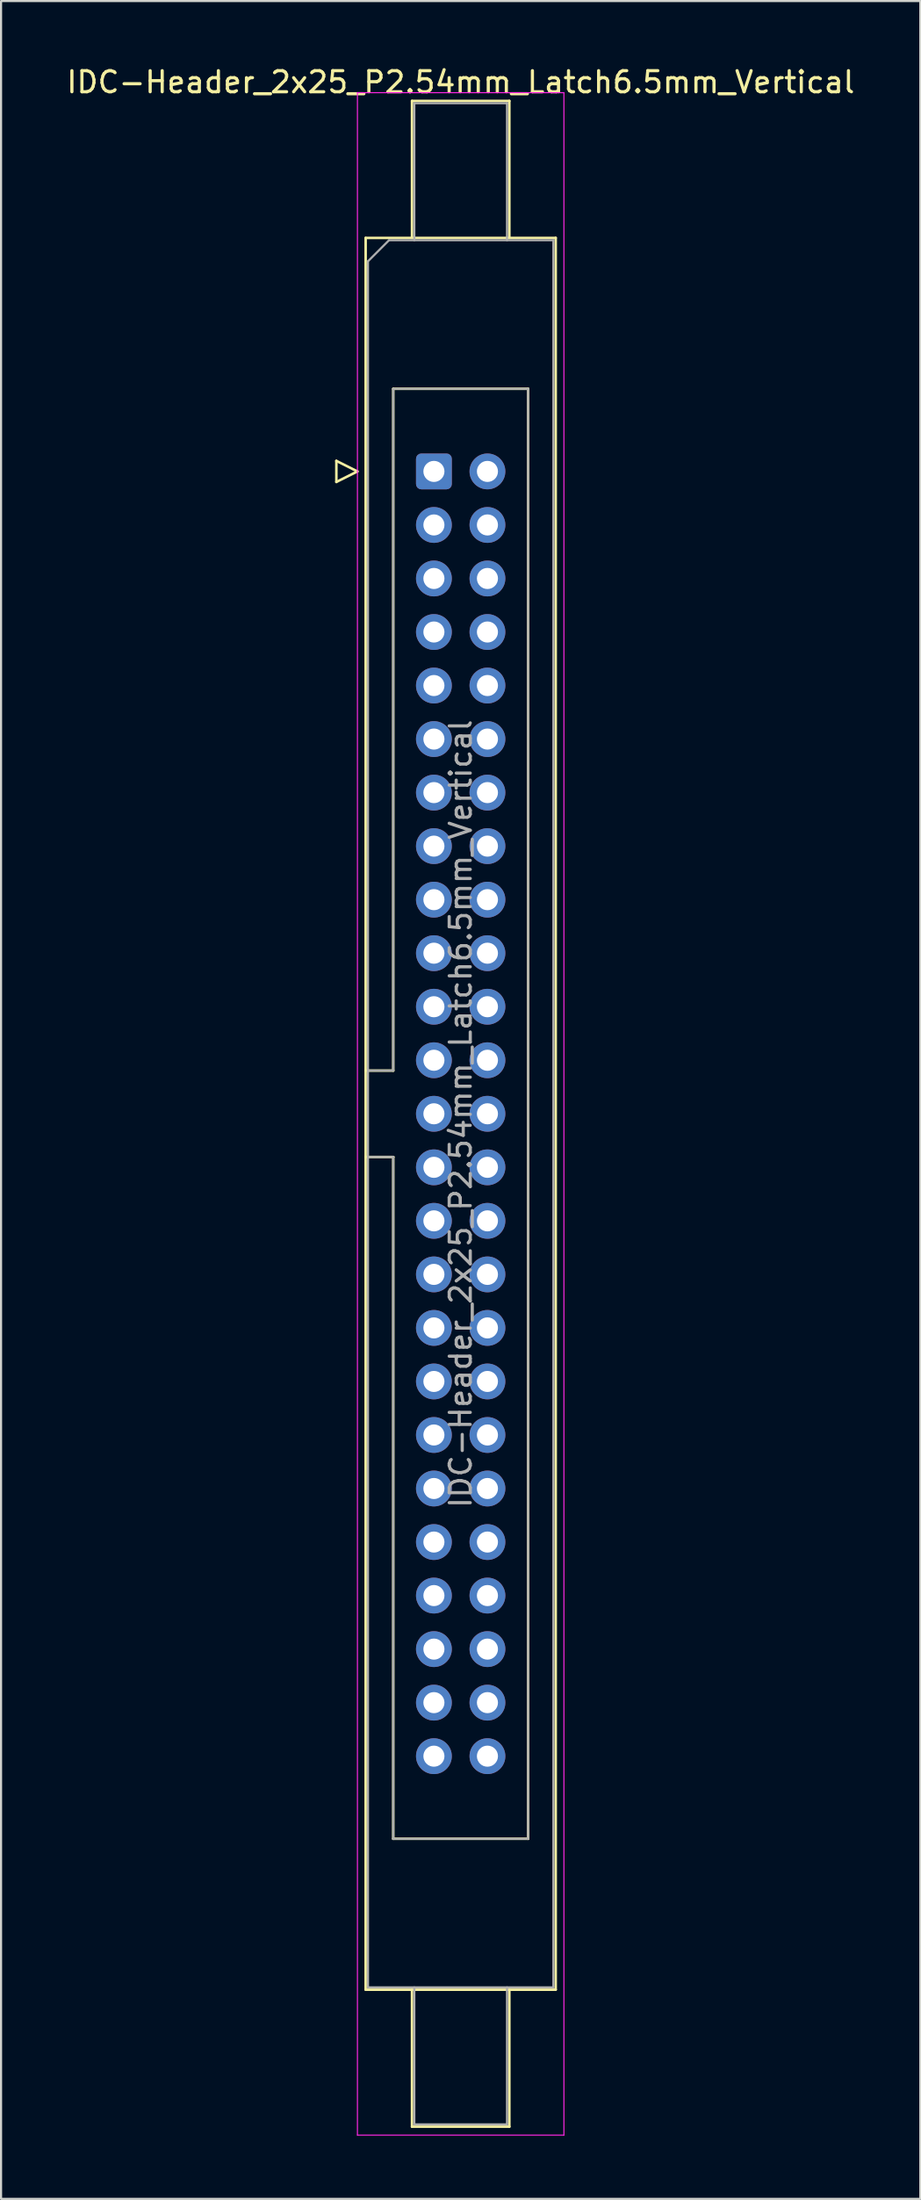
<source format=kicad_pcb>
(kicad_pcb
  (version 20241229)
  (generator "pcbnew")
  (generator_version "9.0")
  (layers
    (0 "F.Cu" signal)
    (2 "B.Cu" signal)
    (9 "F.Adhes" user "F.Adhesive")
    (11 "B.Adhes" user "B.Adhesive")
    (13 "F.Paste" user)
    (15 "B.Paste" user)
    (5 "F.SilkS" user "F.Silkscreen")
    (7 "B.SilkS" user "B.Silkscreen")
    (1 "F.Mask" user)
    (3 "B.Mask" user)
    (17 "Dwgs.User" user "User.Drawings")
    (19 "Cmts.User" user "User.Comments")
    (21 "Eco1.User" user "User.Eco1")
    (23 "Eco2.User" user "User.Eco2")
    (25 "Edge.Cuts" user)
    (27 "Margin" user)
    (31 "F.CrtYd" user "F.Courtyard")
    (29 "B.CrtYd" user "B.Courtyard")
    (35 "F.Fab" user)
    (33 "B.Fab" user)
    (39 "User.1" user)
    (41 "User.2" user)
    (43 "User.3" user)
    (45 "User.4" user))
  (footprint "IDC-Header_2x25_P2.54mm_Latch6.5mm_Vertical"
    (layer "F.Cu")
    (at 17.545 19.318)
    (property "Reference" "IDC-Header_2x25_P2.54mm_Latch6.5mm_Vertical" (at 1.27 -18.47 0) (layer "F.SilkS") (effects (font (size 1 1) (thickness 0.15))))
    (attr through_hole)
    (fp_line (start -4.63 -0.5) (end -4.63 0.5) (stroke (width 0.12) (type solid)) (layer "F.SilkS"))
    (fp_line (start -4.63 0.5) (end -3.63 0) (stroke (width 0.12) (type solid)) (layer "F.SilkS"))
    (fp_line (start -3.63 0) (end -4.63 -0.5) (stroke (width 0.12) (type solid)) (layer "F.SilkS"))
    (fp_line (start -3.24 -11.08) (end 5.78 -11.08) (stroke (width 0.12) (type solid)) (layer "F.SilkS"))
    (fp_line (start -3.24 28.43) (end -1.93 28.43) (stroke (width 0.12) (type solid)) (layer "F.SilkS"))
    (fp_line (start -3.24 72.04) (end -3.24 -11.08) (stroke (width 0.12) (type solid)) (layer "F.SilkS"))
    (fp_line (start -1.93 -3.92) (end 4.47 -3.92) (stroke (width 0.12) (type solid)) (layer "F.SilkS"))
    (fp_line (start -1.93 28.43) (end -1.93 -3.92) (stroke (width 0.12) (type solid)) (layer "F.SilkS"))
    (fp_line (start -1.93 32.53) (end -3.24 32.53) (stroke (width 0.12) (type solid)) (layer "F.SilkS"))
    (fp_line (start -1.93 32.53) (end -1.93 32.53) (stroke (width 0.12) (type solid)) (layer "F.SilkS"))
    (fp_line (start -1.93 64.88) (end -1.93 32.53) (stroke (width 0.12) (type solid)) (layer "F.SilkS"))
    (fp_line (start -1.04 -17.58) (end 3.58 -17.58) (stroke (width 0.12) (type solid)) (layer "F.SilkS"))
    (fp_line (start -1.04 -11.08) (end -1.04 -17.58) (stroke (width 0.12) (type solid)) (layer "F.SilkS"))
    (fp_line (start -1.04 72.04) (end -1.04 78.54) (stroke (width 0.12) (type solid)) (layer "F.SilkS"))
    (fp_line (start -1.04 78.54) (end 3.58 78.54) (stroke (width 0.12) (type solid)) (layer "F.SilkS"))
    (fp_line (start 3.58 -17.58) (end 3.58 -11.08) (stroke (width 0.12) (type solid)) (layer "F.SilkS"))
    (fp_line (start 3.58 78.54) (end 3.58 72.04) (stroke (width 0.12) (type solid)) (layer "F.SilkS"))
    (fp_line (start 4.47 -3.92) (end 4.47 64.88) (stroke (width 0.12) (type solid)) (layer "F.SilkS"))
    (fp_line (start 4.47 64.88) (end -1.93 64.88) (stroke (width 0.12) (type solid)) (layer "F.SilkS"))
    (fp_line (start 5.78 -11.08) (end 5.78 72.04) (stroke (width 0.12) (type solid)) (layer "F.SilkS"))
    (fp_line (start 5.78 72.04) (end -3.24 72.04) (stroke (width 0.12) (type solid)) (layer "F.SilkS"))
    (fp_line (start -3.63 -17.97) (end -3.63 78.94) (stroke (width 0.05) (type solid)) (layer "F.CrtYd"))
    (fp_line (start -3.63 78.94) (end 6.17 78.94) (stroke (width 0.05) (type solid)) (layer "F.CrtYd"))
    (fp_line (start 6.17 -17.97) (end -3.63 -17.97) (stroke (width 0.05) (type solid)) (layer "F.CrtYd"))
    (fp_line (start 6.17 78.94) (end 6.17 -17.97) (stroke (width 0.05) (type solid)) (layer "F.CrtYd"))
    (fp_line (start -3.13 -9.97) (end -2.13 -10.97) (stroke (width 0.1) (type solid)) (layer "F.Fab"))
    (fp_line (start -3.13 28.43) (end -1.93 28.43) (stroke (width 0.1) (type solid)) (layer "F.Fab"))
    (fp_line (start -3.13 71.93) (end -3.13 -9.97) (stroke (width 0.1) (type solid)) (layer "F.Fab"))
    (fp_line (start -2.13 -10.97) (end 5.67 -10.97) (stroke (width 0.1) (type solid)) (layer "F.Fab"))
    (fp_line (start -1.93 -3.92) (end 4.47 -3.92) (stroke (width 0.1) (type solid)) (layer "F.Fab"))
    (fp_line (start -1.93 28.43) (end -1.93 -3.92) (stroke (width 0.1) (type solid)) (layer "F.Fab"))
    (fp_line (start -1.93 32.53) (end -3.13 32.53) (stroke (width 0.1) (type solid)) (layer "F.Fab"))
    (fp_line (start -1.93 32.53) (end -1.93 32.53) (stroke (width 0.1) (type solid)) (layer "F.Fab"))
    (fp_line (start -1.93 64.88) (end -1.93 32.53) (stroke (width 0.1) (type solid)) (layer "F.Fab"))
    (fp_line (start -0.93 -17.47) (end 3.47 -17.47) (stroke (width 0.1) (type solid)) (layer "F.Fab"))
    (fp_line (start -0.93 -10.97) (end -0.93 -17.47) (stroke (width 0.1) (type solid)) (layer "F.Fab"))
    (fp_line (start -0.93 71.93) (end -0.93 78.43) (stroke (width 0.1) (type solid)) (layer "F.Fab"))
    (fp_line (start -0.93 78.43) (end 3.47 78.43) (stroke (width 0.1) (type solid)) (layer "F.Fab"))
    (fp_line (start 3.47 -17.47) (end 3.47 -10.97) (stroke (width 0.1) (type solid)) (layer "F.Fab"))
    (fp_line (start 3.47 78.43) (end 3.47 71.93) (stroke (width 0.1) (type solid)) (layer "F.Fab"))
    (fp_line (start 4.47 -3.92) (end 4.47 64.88) (stroke (width 0.1) (type solid)) (layer "F.Fab"))
    (fp_line (start 4.47 64.88) (end -1.93 64.88) (stroke (width 0.1) (type solid)) (layer "F.Fab"))
    (fp_line (start 5.67 -10.97) (end 5.67 71.93) (stroke (width 0.1) (type solid)) (layer "F.Fab"))
    (fp_line (start 5.67 71.93) (end -3.13 71.93) (stroke (width 0.1) (type solid)) (layer "F.Fab"))
    (fp_text user "${REFERENCE}" (at 1.27 30.48 90) (layer "F.Fab") (effects (font (size 1 1) (thickness 0.15))))
    (pad "1" thru_hole roundrect (at 0 0) (size 1.7 1.7) (drill 1) (layers "*.Cu" "*.Mask") (roundrect_rratio 0.147))
    (pad "2" thru_hole circle (at 2.54 0) (size 1.7 1.7) (drill 1) (layers "*.Cu" "*.Mask"))
    (pad "3" thru_hole circle (at 0 2.54) (size 1.7 1.7) (drill 1) (layers "*.Cu" "*.Mask"))
    (pad "4" thru_hole circle (at 2.54 2.54) (size 1.7 1.7) (drill 1) (layers "*.Cu" "*.Mask"))
    (pad "5" thru_hole circle (at 0 5.08) (size 1.7 1.7) (drill 1) (layers "*.Cu" "*.Mask"))
    (pad "6" thru_hole circle (at 2.54 5.08) (size 1.7 1.7) (drill 1) (layers "*.Cu" "*.Mask"))
    (pad "7" thru_hole circle (at 0 7.62) (size 1.7 1.7) (drill 1) (layers "*.Cu" "*.Mask"))
    (pad "8" thru_hole circle (at 2.54 7.62) (size 1.7 1.7) (drill 1) (layers "*.Cu" "*.Mask"))
    (pad "9" thru_hole circle (at 0 10.16) (size 1.7 1.7) (drill 1) (layers "*.Cu" "*.Mask"))
    (pad "10" thru_hole circle (at 2.54 10.16) (size 1.7 1.7) (drill 1) (layers "*.Cu" "*.Mask"))
    (pad "11" thru_hole circle (at 0 12.7) (size 1.7 1.7) (drill 1) (layers "*.Cu" "*.Mask"))
    (pad "12" thru_hole circle (at 2.54 12.7) (size 1.7 1.7) (drill 1) (layers "*.Cu" "*.Mask"))
    (pad "13" thru_hole circle (at 0 15.24) (size 1.7 1.7) (drill 1) (layers "*.Cu" "*.Mask"))
    (pad "14" thru_hole circle (at 2.54 15.24) (size 1.7 1.7) (drill 1) (layers "*.Cu" "*.Mask"))
    (pad "15" thru_hole circle (at 0 17.78) (size 1.7 1.7) (drill 1) (layers "*.Cu" "*.Mask"))
    (pad "16" thru_hole circle (at 2.54 17.78) (size 1.7 1.7) (drill 1) (layers "*.Cu" "*.Mask"))
    (pad "17" thru_hole circle (at 0 20.32) (size 1.7 1.7) (drill 1) (layers "*.Cu" "*.Mask"))
    (pad "18" thru_hole circle (at 2.54 20.32) (size 1.7 1.7) (drill 1) (layers "*.Cu" "*.Mask"))
    (pad "19" thru_hole circle (at 0 22.86) (size 1.7 1.7) (drill 1) (layers "*.Cu" "*.Mask"))
    (pad "20" thru_hole circle (at 2.54 22.86) (size 1.7 1.7) (drill 1) (layers "*.Cu" "*.Mask"))
    (pad "21" thru_hole circle (at 0 25.4) (size 1.7 1.7) (drill 1) (layers "*.Cu" "*.Mask"))
    (pad "22" thru_hole circle (at 2.54 25.4) (size 1.7 1.7) (drill 1) (layers "*.Cu" "*.Mask"))
    (pad "23" thru_hole circle (at 0 27.94) (size 1.7 1.7) (drill 1) (layers "*.Cu" "*.Mask"))
    (pad "24" thru_hole circle (at 2.54 27.94) (size 1.7 1.7) (drill 1) (layers "*.Cu" "*.Mask"))
    (pad "25" thru_hole circle (at 0 30.48) (size 1.7 1.7) (drill 1) (layers "*.Cu" "*.Mask"))
    (pad "26" thru_hole circle (at 2.54 30.48) (size 1.7 1.7) (drill 1) (layers "*.Cu" "*.Mask"))
    (pad "27" thru_hole circle (at 0 33.02) (size 1.7 1.7) (drill 1) (layers "*.Cu" "*.Mask"))
    (pad "28" thru_hole circle (at 2.54 33.02) (size 1.7 1.7) (drill 1) (layers "*.Cu" "*.Mask"))
    (pad "29" thru_hole circle (at 0 35.56) (size 1.7 1.7) (drill 1) (layers "*.Cu" "*.Mask"))
    (pad "30" thru_hole circle (at 2.54 35.56) (size 1.7 1.7) (drill 1) (layers "*.Cu" "*.Mask"))
    (pad "31" thru_hole circle (at 0 38.1) (size 1.7 1.7) (drill 1) (layers "*.Cu" "*.Mask"))
    (pad "32" thru_hole circle (at 2.54 38.1) (size 1.7 1.7) (drill 1) (layers "*.Cu" "*.Mask"))
    (pad "33" thru_hole circle (at 0 40.64) (size 1.7 1.7) (drill 1) (layers "*.Cu" "*.Mask"))
    (pad "34" thru_hole circle (at 2.54 40.64) (size 1.7 1.7) (drill 1) (layers "*.Cu" "*.Mask"))
    (pad "35" thru_hole circle (at 0 43.18) (size 1.7 1.7) (drill 1) (layers "*.Cu" "*.Mask"))
    (pad "36" thru_hole circle (at 2.54 43.18) (size 1.7 1.7) (drill 1) (layers "*.Cu" "*.Mask"))
    (pad "37" thru_hole circle (at 0 45.72) (size 1.7 1.7) (drill 1) (layers "*.Cu" "*.Mask"))
    (pad "38" thru_hole circle (at 2.54 45.72) (size 1.7 1.7) (drill 1) (layers "*.Cu" "*.Mask"))
    (pad "39" thru_hole circle (at 0 48.26) (size 1.7 1.7) (drill 1) (layers "*.Cu" "*.Mask"))
    (pad "40" thru_hole circle (at 2.54 48.26) (size 1.7 1.7) (drill 1) (layers "*.Cu" "*.Mask"))
    (pad "41" thru_hole circle (at 0 50.8) (size 1.7 1.7) (drill 1) (layers "*.Cu" "*.Mask"))
    (pad "42" thru_hole circle (at 2.54 50.8) (size 1.7 1.7) (drill 1) (layers "*.Cu" "*.Mask"))
    (pad "43" thru_hole circle (at 0 53.34) (size 1.7 1.7) (drill 1) (layers "*.Cu" "*.Mask"))
    (pad "44" thru_hole circle (at 2.54 53.34) (size 1.7 1.7) (drill 1) (layers "*.Cu" "*.Mask"))
    (pad "45" thru_hole circle (at 0 55.88) (size 1.7 1.7) (drill 1) (layers "*.Cu" "*.Mask"))
    (pad "46" thru_hole circle (at 2.54 55.88) (size 1.7 1.7) (drill 1) (layers "*.Cu" "*.Mask"))
    (pad "47" thru_hole circle (at 0 58.42) (size 1.7 1.7) (drill 1) (layers "*.Cu" "*.Mask"))
    (pad "48" thru_hole circle (at 2.54 58.42) (size 1.7 1.7) (drill 1) (layers "*.Cu" "*.Mask"))
    (pad "49" thru_hole circle (at 0 60.96) (size 1.7 1.7) (drill 1) (layers "*.Cu" "*.Mask"))
    (pad "50" thru_hole circle (at 2.54 60.96) (size 1.7 1.7) (drill 1) (layers "*.Cu" "*.Mask")))
  (gr_rect
    (start -3 -3)
    (end 40.631 101.283)
    (stroke (width 0.1) (type default))
    (fill no)
    (layer "Edge.Cuts")))
</source>
